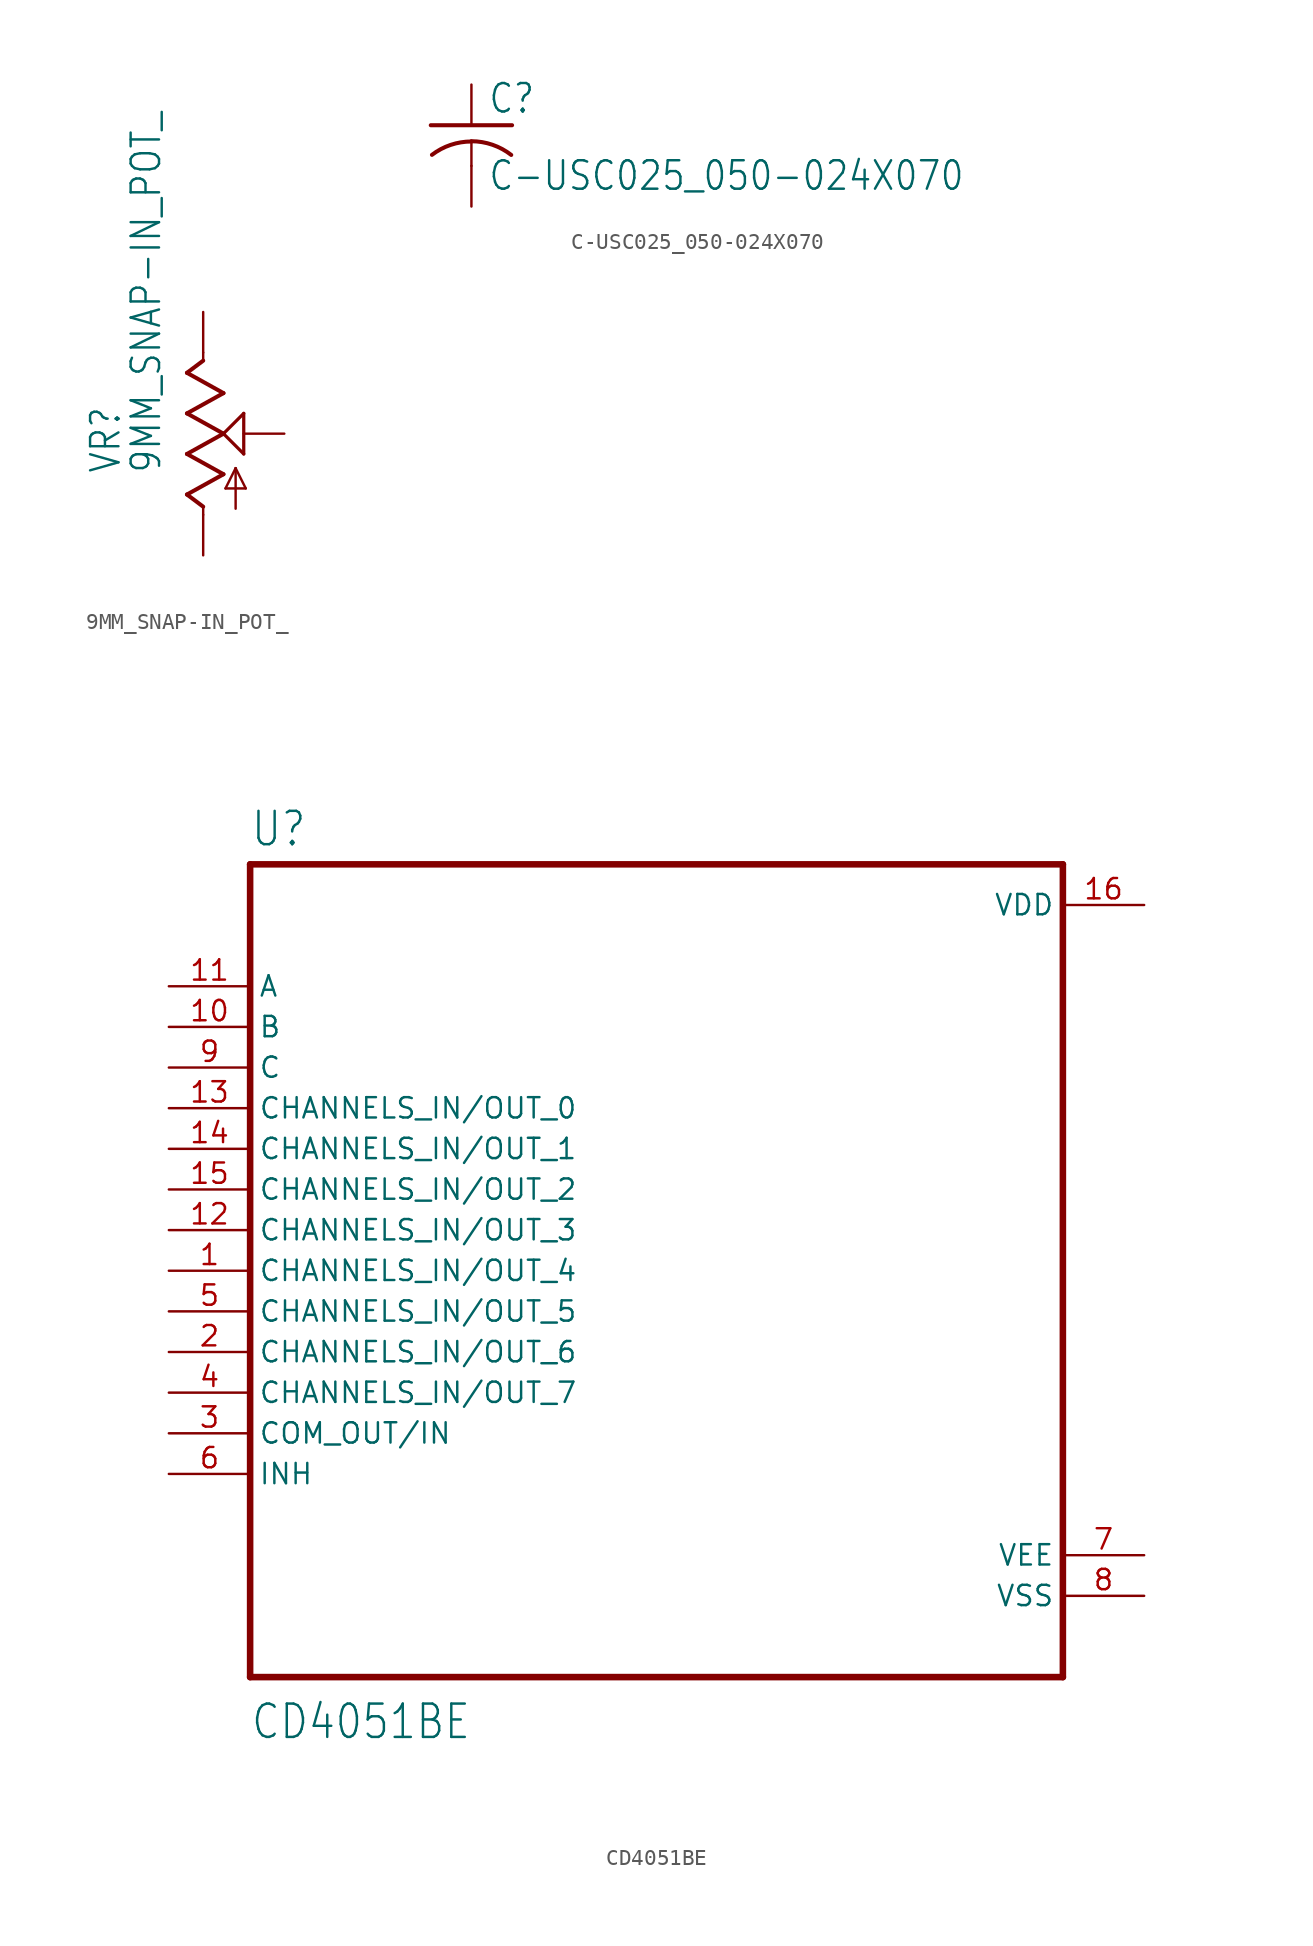
<source format=kicad_sym>
(kicad_symbol_lib
  (version 20211014)
  (generator kicad_symbol_editor)
  (symbol "9MM_SNAP-IN_POT_"
    (property "Reference" "VR"
      (at -5.08 -2.54 90)
      (effects (font (size 1.778 1.511)) (justify left bottom)))
    (property "Value" "9MM_SNAP-IN_POT_"
      (at -2.54 -2.54 90)
      (effects (font (size 1.778 1.511)) (justify left bottom)))
    (property "ki_locked" ""
      (at 0 0 0)
      (effects (font (size 1.27 1.27))))
    (symbol "9MM_SNAP-IN_POT__1_0"
      (polyline (pts (xy -1.016 -3.81) (xy 1.27 -2.54)) (stroke (width 0.254) (type default) (color 0 0 0 0)) (fill (type none)))
      (polyline (pts (xy -1.016 -1.27) (xy 1.27 0)) (stroke (width 0.254) (type default) (color 0 0 0 0)) (fill (type none)))
      (polyline (pts (xy -1.016 1.27) (xy 1.27 2.54)) (stroke (width 0.254) (type default) (color 0 0 0 0)) (fill (type none)))
      (polyline (pts (xy -1.016 3.81) (xy 0 4.572)) (stroke (width 0.254) (type default) (color 0 0 0 0)) (fill (type none)))
      (polyline (pts (xy 0 -5.08) (xy 0 -4.572)) (stroke (width 0.152) (type default) (color 0 0 0 0)) (fill (type none)))
      (polyline (pts (xy 0 -4.572) (xy -1.016 -3.81)) (stroke (width 0.254) (type default) (color 0 0 0 0)) (fill (type none)))
      (polyline (pts (xy 0 4.572) (xy 0 5.08)) (stroke (width 0.152) (type default) (color 0 0 0 0)) (fill (type none)))
      (polyline (pts (xy 1.27 -2.54) (xy -1.016 -1.27)) (stroke (width 0.254) (type default) (color 0 0 0 0)) (fill (type none)))
      (polyline (pts (xy 1.27 0) (xy -1.016 1.27)) (stroke (width 0.254) (type default) (color 0 0 0 0)) (fill (type none)))
      (polyline (pts (xy 1.27 0) (xy 2.54 1.27)) (stroke (width 0.203) (type default) (color 0 0 0 0)) (fill (type none)))
      (polyline (pts (xy 1.27 2.54) (xy -1.016 3.81)) (stroke (width 0.254) (type default) (color 0 0 0 0)) (fill (type none)))
      (polyline (pts (xy 1.397 -3.429) (xy 2.032 -2.159)) (stroke (width 0.152) (type default) (color 0 0 0 0)) (fill (type none)))
      (polyline (pts (xy 2.032 -4.699) (xy 2.032 -2.159)) (stroke (width 0.152) (type default) (color 0 0 0 0)) (fill (type none)))
      (polyline (pts (xy 2.032 -2.159) (xy 2.667 -3.429)) (stroke (width 0.152) (type default) (color 0 0 0 0)) (fill (type none)))
      (polyline (pts (xy 2.54 -1.27) (xy 1.27 0)) (stroke (width 0.203) (type default) (color 0 0 0 0)) (fill (type none)))
      (polyline (pts (xy 2.54 1.27) (xy 2.54 -1.27)) (stroke (width 0.203) (type default) (color 0 0 0 0)) (fill (type none)))
      (polyline (pts (xy 2.667 -3.429) (xy 1.397 -3.429)) (stroke (width 0.152) (type default) (color 0 0 0 0)) (fill (type none)))
      (pin passive line (at 0 -7.62 90) (length 2.54) (name "A" (effects (font (size 0 0)))) (number "1" (effects (font (size 0 0)))))
      (pin passive line (at 5.08 0 180) (length 2.54) (name "S" (effects (font (size 0 0)))) (number "2" (effects (font (size 0 0)))))
      (pin passive line (at 0 7.62 270) (length 2.54) (name "E" (effects (font (size 0 0)))) (number "3" (effects (font (size 0 0)))))))
  (symbol "C-USC025_050-024X070"
    (property "Reference" "C"
      (at 1.016 0.635 0)
      (effects (font (size 1.778 1.511)) (justify left bottom)))
    (property "Value" "C-USC025_050-024X070"
      (at 1.016 -4.191 0)
      (effects (font (size 1.778 1.511)) (justify left bottom)))
    (property "ki_locked" ""
      (at 0 0 0)
      (effects (font (size 1.27 1.27))))
    (symbol "C-USC025_050-024X070_1_0"
      (arc (start 0 -1.0161) (mid -1.302 -1.2303) (end -2.4668 -1.8504) (stroke (width 0.254) (type default) (color 0 0 0 0)) (fill (type none)))
      (polyline (pts (xy -2.54 0) (xy 2.54 0)) (stroke (width 0.254) (type default) (color 0 0 0 0)) (fill (type none)))
      (polyline (pts (xy 0 -1.016) (xy 0 -2.54)) (stroke (width 0.152) (type default) (color 0 0 0 0)) (fill (type none)))
      (polyline (pts (xy 0 -1.016) (xy 0 -1.016)) (stroke (width 0.152) (type default) (color 0 0 0 0)) (fill (type none)))
      (arc (start 2.4892 -1.8542) (mid 1.3158 -1.2195) (end 0 -1) (stroke (width 0.254) (type default) (color 0 0 0 0)) (fill (type none)))
      (pin passive line (at 0 2.54 270) (length 2.54) (name "1" (effects (font (size 0 0)))) (number "1" (effects (font (size 0 0)))))
      (pin passive line (at 0 -5.08 90) (length 2.54) (name "2" (effects (font (size 0 0)))) (number "2" (effects (font (size 0 0)))))))
  (symbol "CD4051BE"
    (property "Reference" "U"
      (at -25.4 26.4 0)
      (effects (font (size 2.083 1.77)) (justify left bottom)))
    (property "Value" "CD4051BE"
      (at -25.4 -29.4 0)
      (effects (font (size 2.083 1.77)) (justify left bottom)))
    (property "ki_locked" ""
      (at 0 0 0)
      (effects (font (size 1.27 1.27))))
    (symbol "CD4051BE_1_0"
      (polyline (pts (xy -25.4 -25.4) (xy -25.4 25.4)) (stroke (width 0.41) (type default) (color 0 0 0 0)) (fill (type none)))
      (polyline (pts (xy -25.4 25.4) (xy 25.4 25.4)) (stroke (width 0.41) (type default) (color 0 0 0 0)) (fill (type none)))
      (polyline (pts (xy 25.4 -25.4) (xy -25.4 -25.4)) (stroke (width 0.41) (type default) (color 0 0 0 0)) (fill (type none)))
      (polyline (pts (xy 25.4 25.4) (xy 25.4 -25.4)) (stroke (width 0.41) (type default) (color 0 0 0 0)) (fill (type none)))
      (pin input line (at -30.48 0 0) (length 5.08) (name "CHANNELS_IN/OUT_4" (effects (font (size 1.27 1.27)))) (number "1" (effects (font (size 1.27 1.27)))))
      (pin input line (at -30.48 15.24 0) (length 5.08) (name "B" (effects (font (size 1.27 1.27)))) (number "10" (effects (font (size 1.27 1.27)))))
      (pin input line (at -30.48 17.78 0) (length 5.08) (name "A" (effects (font (size 1.27 1.27)))) (number "11" (effects (font (size 1.27 1.27)))))
      (pin input line (at -30.48 2.54 0) (length 5.08) (name "CHANNELS_IN/OUT_3" (effects (font (size 1.27 1.27)))) (number "12" (effects (font (size 1.27 1.27)))))
      (pin input line (at -30.48 10.16 0) (length 5.08) (name "CHANNELS_IN/OUT_0" (effects (font (size 1.27 1.27)))) (number "13" (effects (font (size 1.27 1.27)))))
      (pin input line (at -30.48 7.62 0) (length 5.08) (name "CHANNELS_IN/OUT_1" (effects (font (size 1.27 1.27)))) (number "14" (effects (font (size 1.27 1.27)))))
      (pin input line (at -30.48 5.08 0) (length 5.08) (name "CHANNELS_IN/OUT_2" (effects (font (size 1.27 1.27)))) (number "15" (effects (font (size 1.27 1.27)))))
      (pin power_in line (at 30.48 22.86 180) (length 5.08) (name "VDD" (effects (font (size 1.27 1.27)))) (number "16" (effects (font (size 1.27 1.27)))))
      (pin input line (at -30.48 -5.08 0) (length 5.08) (name "CHANNELS_IN/OUT_6" (effects (font (size 1.27 1.27)))) (number "2" (effects (font (size 1.27 1.27)))))
      (pin input line (at -30.48 -10.16 0) (length 5.08) (name "COM_OUT/IN" (effects (font (size 1.27 1.27)))) (number "3" (effects (font (size 1.27 1.27)))))
      (pin input line (at -30.48 -7.62 0) (length 5.08) (name "CHANNELS_IN/OUT_7" (effects (font (size 1.27 1.27)))) (number "4" (effects (font (size 1.27 1.27)))))
      (pin input line (at -30.48 -2.54 0) (length 5.08) (name "CHANNELS_IN/OUT_5" (effects (font (size 1.27 1.27)))) (number "5" (effects (font (size 1.27 1.27)))))
      (pin input line (at -30.48 -12.7 0) (length 5.08) (name "INH" (effects (font (size 1.27 1.27)))) (number "6" (effects (font (size 1.27 1.27)))))
      (pin power_in line (at 30.48 -17.78 180) (length 5.08) (name "VEE" (effects (font (size 1.27 1.27)))) (number "7" (effects (font (size 1.27 1.27)))))
      (pin power_in line (at 30.48 -20.32 180) (length 5.08) (name "VSS" (effects (font (size 1.27 1.27)))) (number "8" (effects (font (size 1.27 1.27)))))
      (pin input line (at -30.48 12.7 0) (length 5.08) (name "C" (effects (font (size 1.27 1.27)))) (number "9" (effects (font (size 1.27 1.27))))))))
</source>
